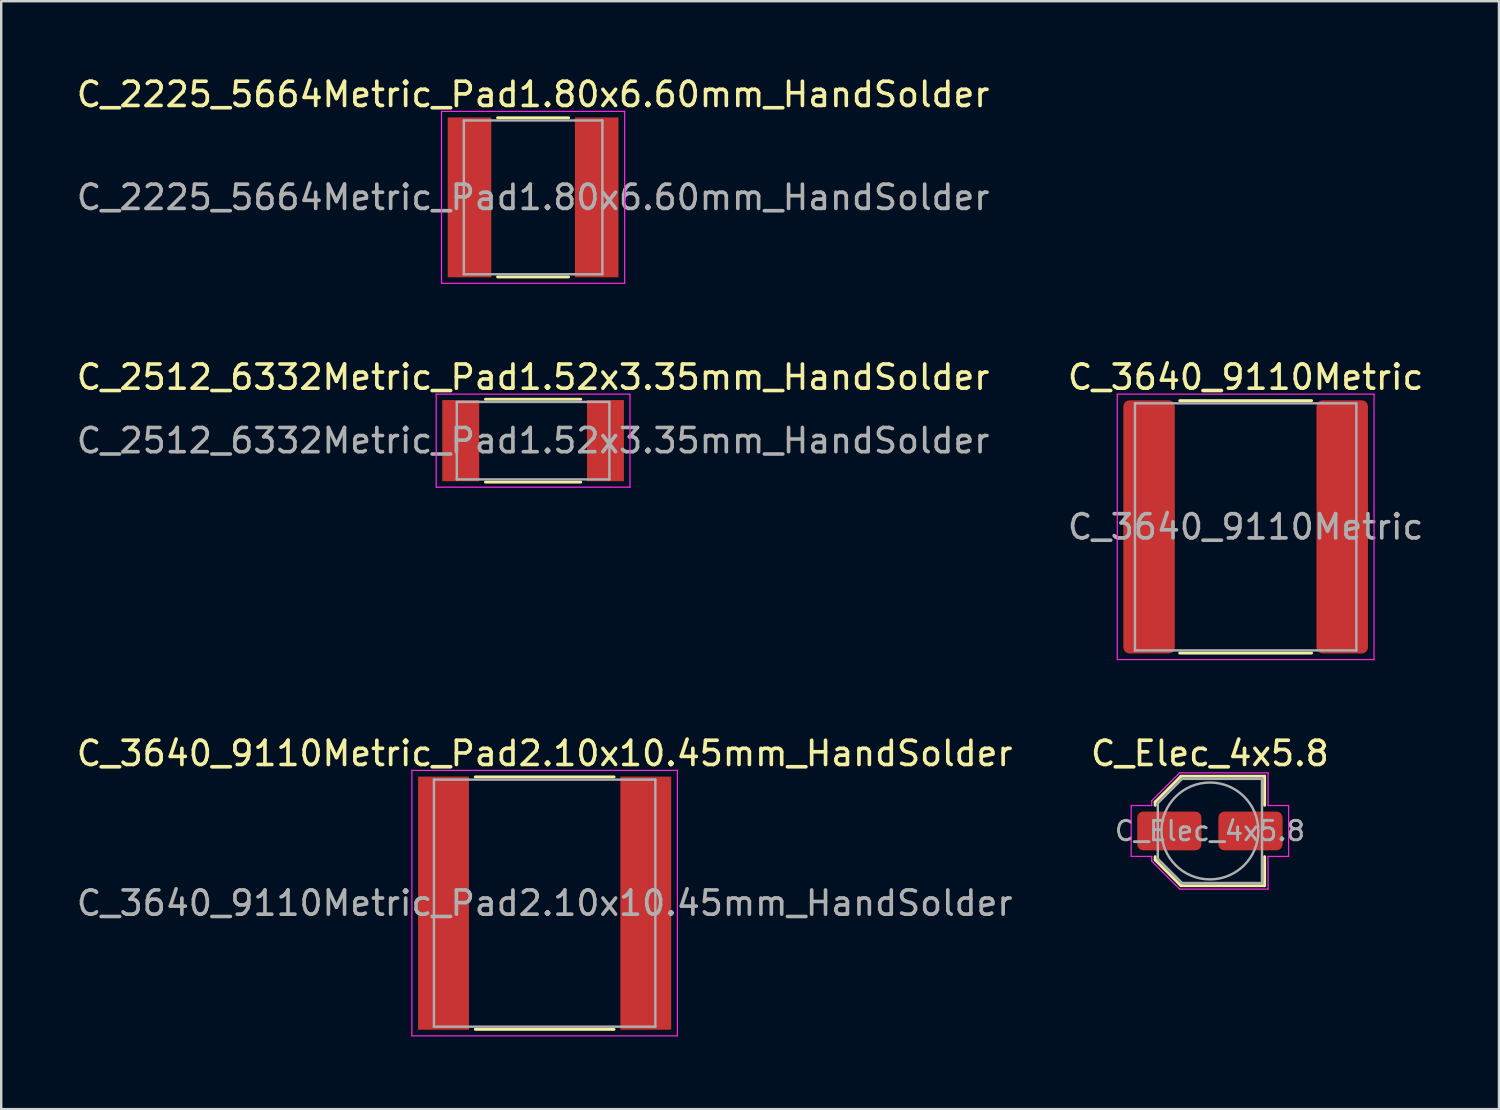
<source format=kicad_pcb>
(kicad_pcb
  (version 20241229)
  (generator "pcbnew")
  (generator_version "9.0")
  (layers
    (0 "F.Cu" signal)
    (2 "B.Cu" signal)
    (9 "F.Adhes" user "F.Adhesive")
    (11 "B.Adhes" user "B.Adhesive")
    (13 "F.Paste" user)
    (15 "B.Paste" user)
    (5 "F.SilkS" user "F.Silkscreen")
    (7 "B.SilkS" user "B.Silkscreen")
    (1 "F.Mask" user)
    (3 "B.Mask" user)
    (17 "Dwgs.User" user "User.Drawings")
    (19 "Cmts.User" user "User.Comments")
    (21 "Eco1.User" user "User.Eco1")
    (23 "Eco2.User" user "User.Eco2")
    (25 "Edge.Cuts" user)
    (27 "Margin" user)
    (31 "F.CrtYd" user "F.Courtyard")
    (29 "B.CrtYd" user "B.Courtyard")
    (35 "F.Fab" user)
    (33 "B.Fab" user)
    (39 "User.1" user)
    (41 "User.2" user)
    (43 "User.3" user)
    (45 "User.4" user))
  (footprint "C_3640_9110Metric"
    (layer "F.Cu")
    (at 48.375 18.701)
    (property "Reference" "C_3640_9110Metric" (at 0 -6.18 0) (layer "F.SilkS") (effects (font (size 1 1) (thickness 0.15))))
    (attr smd)
    (fp_line (start -2.722 -5.21) (end 2.722 -5.21) (stroke (width 0.12) (type solid)) (layer "F.SilkS"))
    (fp_line (start -2.722 5.21) (end 2.722 5.21) (stroke (width 0.12) (type solid)) (layer "F.SilkS"))
    (fp_line (start -5.3 -5.48) (end 5.3 -5.48) (stroke (width 0.05) (type solid)) (layer "F.CrtYd"))
    (fp_line (start -5.3 5.48) (end -5.3 -5.48) (stroke (width 0.05) (type solid)) (layer "F.CrtYd"))
    (fp_line (start 5.3 -5.48) (end 5.3 5.48) (stroke (width 0.05) (type solid)) (layer "F.CrtYd"))
    (fp_line (start 5.3 5.48) (end -5.3 5.48) (stroke (width 0.05) (type solid)) (layer "F.CrtYd"))
    (fp_line (start -4.57 -5.1) (end 4.57 -5.1) (stroke (width 0.1) (type solid)) (layer "F.Fab"))
    (fp_line (start -4.57 5.1) (end -4.57 -5.1) (stroke (width 0.1) (type solid)) (layer "F.Fab"))
    (fp_line (start 4.57 -5.1) (end 4.57 5.1) (stroke (width 0.1) (type solid)) (layer "F.Fab"))
    (fp_line (start 4.57 5.1) (end -4.57 5.1) (stroke (width 0.1) (type solid)) (layer "F.Fab"))
    (fp_text user "${REFERENCE}" (at 0 0 0) (layer "F.Fab") (effects (font (size 1 1) (thickness 0.15))))
    (pad "1" smd roundrect (at -3.987 0) (size 2.125 10.45) (layers "F.Cu" "F.Mask" "F.Paste") (roundrect_rratio 0.118))
    (pad "2" smd roundrect (at 3.987 0) (size 2.125 10.45) (layers "F.Cu" "F.Mask" "F.Paste") (roundrect_rratio 0.118)))
  (footprint "C_Elec_4x5.8"
    (layer "F.Cu")
    (at 46.899 31.255)
    (property "Reference" "C_Elec_4x5.8" (at 0 -3.2 0) (layer "F.SilkS") (effects (font (size 1 1) (thickness 0.15))))
    (attr smd)
    (fp_line (start -2.26 -1.196) (end -2.26 -1.06) (stroke (width 0.12) (type solid)) (layer "F.SilkS"))
    (fp_line (start -2.26 -1.196) (end -1.196 -2.26) (stroke (width 0.12) (type solid)) (layer "F.SilkS"))
    (fp_line (start -2.26 1.196) (end -2.26 1.06) (stroke (width 0.12) (type solid)) (layer "F.SilkS"))
    (fp_line (start -2.26 1.196) (end -1.196 2.26) (stroke (width 0.12) (type solid)) (layer "F.SilkS"))
    (fp_line (start -1.196 -2.26) (end 2.26 -2.26) (stroke (width 0.12) (type solid)) (layer "F.SilkS"))
    (fp_line (start -1.196 2.26) (end 2.26 2.26) (stroke (width 0.12) (type solid)) (layer "F.SilkS"))
    (fp_line (start 2.26 -2.26) (end 2.26 -1.06) (stroke (width 0.12) (type solid)) (layer "F.SilkS"))
    (fp_line (start 2.26 2.26) (end 2.26 1.06) (stroke (width 0.12) (type solid)) (layer "F.SilkS"))
    (fp_line (start -3.25 -1.05) (end -3.25 1.05) (stroke (width 0.05) (type solid)) (layer "F.CrtYd"))
    (fp_line (start -3.25 1.05) (end -2.4 1.05) (stroke (width 0.05) (type solid)) (layer "F.CrtYd"))
    (fp_line (start -2.4 -1.25) (end -2.4 -1.05) (stroke (width 0.05) (type solid)) (layer "F.CrtYd"))
    (fp_line (start -2.4 -1.25) (end -1.25 -2.4) (stroke (width 0.05) (type solid)) (layer "F.CrtYd"))
    (fp_line (start -2.4 -1.05) (end -3.25 -1.05) (stroke (width 0.05) (type solid)) (layer "F.CrtYd"))
    (fp_line (start -2.4 1.05) (end -2.4 1.25) (stroke (width 0.05) (type solid)) (layer "F.CrtYd"))
    (fp_line (start -2.4 1.25) (end -1.25 2.4) (stroke (width 0.05) (type solid)) (layer "F.CrtYd"))
    (fp_line (start -1.25 -2.4) (end 2.4 -2.4) (stroke (width 0.05) (type solid)) (layer "F.CrtYd"))
    (fp_line (start -1.25 2.4) (end 2.4 2.4) (stroke (width 0.05) (type solid)) (layer "F.CrtYd"))
    (fp_line (start 2.4 -2.4) (end 2.4 -1.05) (stroke (width 0.05) (type solid)) (layer "F.CrtYd"))
    (fp_line (start 2.4 -1.05) (end 3.25 -1.05) (stroke (width 0.05) (type solid)) (layer "F.CrtYd"))
    (fp_line (start 2.4 1.05) (end 2.4 2.4) (stroke (width 0.05) (type solid)) (layer "F.CrtYd"))
    (fp_line (start 3.25 -1.05) (end 3.25 1.05) (stroke (width 0.05) (type solid)) (layer "F.CrtYd"))
    (fp_line (start 3.25 1.05) (end 2.4 1.05) (stroke (width 0.05) (type solid)) (layer "F.CrtYd"))
    (fp_line (start -2.15 -1.15) (end -2.15 1.15) (stroke (width 0.1) (type solid)) (layer "F.Fab"))
    (fp_line (start -2.15 -1.15) (end -1.15 -2.15) (stroke (width 0.1) (type solid)) (layer "F.Fab"))
    (fp_line (start -2.15 1.15) (end -1.15 2.15) (stroke (width 0.1) (type solid)) (layer "F.Fab"))
    (fp_line (start -1.15 -2.15) (end 2.15 -2.15) (stroke (width 0.1) (type solid)) (layer "F.Fab"))
    (fp_line (start -1.15 2.15) (end 2.15 2.15) (stroke (width 0.1) (type solid)) (layer "F.Fab"))
    (fp_line (start 2.15 -2.15) (end 2.15 2.15) (stroke (width 0.1) (type solid)) (layer "F.Fab"))
    (fp_circle (center 0 0) (end 2 0) (stroke (width 0.1) (type solid)) (fill no) (layer "F.Fab"))
    (fp_text user "${REFERENCE}" (at 0 0 0) (layer "F.Fab") (effects (font (size 0.8 0.8) (thickness 0.12))))
    (pad "1" smd roundrect (at -1.675 0) (size 2.65 1.6) (layers "F.Cu" "F.Mask" "F.Paste") (roundrect_rratio 0.156))
    (pad "2" smd roundrect (at 1.675 0) (size 2.65 1.6) (layers "F.Cu" "F.Mask" "F.Paste") (roundrect_rratio 0.156)))
  (footprint "C_3640_9110Metric_Pad2.10x10.45mm_HandSolder"
    (layer "F.Cu")
    (at 19.435 34.235)
    (property "Reference" "C_3640_9110Metric_Pad2.10x10.45mm_HandSolder" (at 0 -6.18 0) (layer "F.SilkS") (effects (font (size 1 1) (thickness 0.15))))
    (attr smd)
    (fp_line (start -2.865 -5.21) (end 2.865 -5.21) (stroke (width 0.12) (type solid)) (layer "F.SilkS"))
    (fp_line (start -2.865 5.21) (end 2.865 5.21) (stroke (width 0.12) (type solid)) (layer "F.SilkS"))
    (fp_line (start -5.48 -5.48) (end 5.48 -5.48) (stroke (width 0.05) (type solid)) (layer "F.CrtYd"))
    (fp_line (start -5.48 5.48) (end -5.48 -5.48) (stroke (width 0.05) (type solid)) (layer "F.CrtYd"))
    (fp_line (start 5.48 -5.48) (end 5.48 5.48) (stroke (width 0.05) (type solid)) (layer "F.CrtYd"))
    (fp_line (start 5.48 5.48) (end -5.48 5.48) (stroke (width 0.05) (type solid)) (layer "F.CrtYd"))
    (fp_line (start -4.57 -5.1) (end 4.57 -5.1) (stroke (width 0.1) (type solid)) (layer "F.Fab"))
    (fp_line (start -4.57 5.1) (end -4.57 -5.1) (stroke (width 0.1) (type solid)) (layer "F.Fab"))
    (fp_line (start 4.57 -5.1) (end 4.57 5.1) (stroke (width 0.1) (type solid)) (layer "F.Fab"))
    (fp_line (start 4.57 5.1) (end -4.57 5.1) (stroke (width 0.1) (type solid)) (layer "F.Fab"))
    (fp_text user "${REFERENCE}" (at 0 0 0) (layer "F.Fab") (effects (font (size 1 1) (thickness 0.15))))
    (pad "1" smd rect (at -4.175 0) (size 2.1 10.45) (layers "F.Cu" "F.Mask" "F.Paste"))
    (pad "2" smd rect (at 4.175 0) (size 2.1 10.45) (layers "F.Cu" "F.Mask" "F.Paste")))
  (footprint "C_2225_5664Metric_Pad1.80x6.60mm_HandSolder"
    (layer "F.Cu")
    (at 18.958 5.098)
    (property "Reference" "C_2225_5664Metric_Pad1.80x6.60mm_HandSolder" (at 0 -4.25 0) (layer "F.SilkS") (effects (font (size 1 1) (thickness 0.15))))
    (attr smd)
    (fp_line (start -1.465 -3.285) (end 1.465 -3.285) (stroke (width 0.12) (type solid)) (layer "F.SilkS"))
    (fp_line (start -1.465 3.285) (end 1.465 3.285) (stroke (width 0.12) (type solid)) (layer "F.SilkS"))
    (fp_line (start -3.78 -3.55) (end 3.78 -3.55) (stroke (width 0.05) (type solid)) (layer "F.CrtYd"))
    (fp_line (start -3.78 3.55) (end -3.78 -3.55) (stroke (width 0.05) (type solid)) (layer "F.CrtYd"))
    (fp_line (start 3.78 -3.55) (end 3.78 3.55) (stroke (width 0.05) (type solid)) (layer "F.CrtYd"))
    (fp_line (start 3.78 3.55) (end -3.78 3.55) (stroke (width 0.05) (type solid)) (layer "F.CrtYd"))
    (fp_line (start -2.86 -3.175) (end 2.86 -3.175) (stroke (width 0.1) (type solid)) (layer "F.Fab"))
    (fp_line (start -2.86 3.175) (end -2.86 -3.175) (stroke (width 0.1) (type solid)) (layer "F.Fab"))
    (fp_line (start 2.86 -3.175) (end 2.86 3.175) (stroke (width 0.1) (type solid)) (layer "F.Fab"))
    (fp_line (start 2.86 3.175) (end -2.86 3.175) (stroke (width 0.1) (type solid)) (layer "F.Fab"))
    (fp_text user "${REFERENCE}" (at 0 0 0) (layer "F.Fab") (effects (font (size 1 1) (thickness 0.15))))
    (pad "1" smd rect (at -2.625 0) (size 1.8 6.6) (layers "F.Cu" "F.Mask" "F.Paste"))
    (pad "2" smd rect (at 2.625 0) (size 1.8 6.6) (layers "F.Cu" "F.Mask" "F.Paste")))
  (footprint "C_2512_6332Metric_Pad1.52x3.35mm_HandSolder"
    (layer "F.Cu")
    (at 18.958 15.142)
    (property "Reference" "C_2512_6332Metric_Pad1.52x3.35mm_HandSolder" (at 0 -2.62 0) (layer "F.SilkS") (effects (font (size 1 1) (thickness 0.15))))
    (attr smd)
    (fp_line (start -1.967 -1.71) (end 1.967 -1.71) (stroke (width 0.12) (type solid)) (layer "F.SilkS"))
    (fp_line (start -1.967 1.71) (end 1.967 1.71) (stroke (width 0.12) (type solid)) (layer "F.SilkS"))
    (fp_line (start -4 -1.92) (end 4 -1.92) (stroke (width 0.05) (type solid)) (layer "F.CrtYd"))
    (fp_line (start -4 1.92) (end -4 -1.92) (stroke (width 0.05) (type solid)) (layer "F.CrtYd"))
    (fp_line (start 4 -1.92) (end 4 1.92) (stroke (width 0.05) (type solid)) (layer "F.CrtYd"))
    (fp_line (start 4 1.92) (end -4 1.92) (stroke (width 0.05) (type solid)) (layer "F.CrtYd"))
    (fp_line (start -3.15 -1.6) (end 3.15 -1.6) (stroke (width 0.1) (type solid)) (layer "F.Fab"))
    (fp_line (start -3.15 1.6) (end -3.15 -1.6) (stroke (width 0.1) (type solid)) (layer "F.Fab"))
    (fp_line (start 3.15 -1.6) (end 3.15 1.6) (stroke (width 0.1) (type solid)) (layer "F.Fab"))
    (fp_line (start 3.15 1.6) (end -3.15 1.6) (stroke (width 0.1) (type solid)) (layer "F.Fab"))
    (fp_text user "${REFERENCE}" (at 0 0 0) (layer "F.Fab") (effects (font (size 1 1) (thickness 0.15))))
    (pad "1" smd rect (at -2.987 0) (size 1.525 3.35) (layers "F.Cu" "F.Mask" "F.Paste"))
    (pad "2" smd rect (at 2.987 0) (size 1.525 3.35) (layers "F.Cu" "F.Mask" "F.Paste")))
  (gr_rect
    (start -3 -3)
    (end 58.833 42.74)
    (stroke (width 0.1) (type default))
    (fill no)
    (layer "Edge.Cuts")))
</source>
